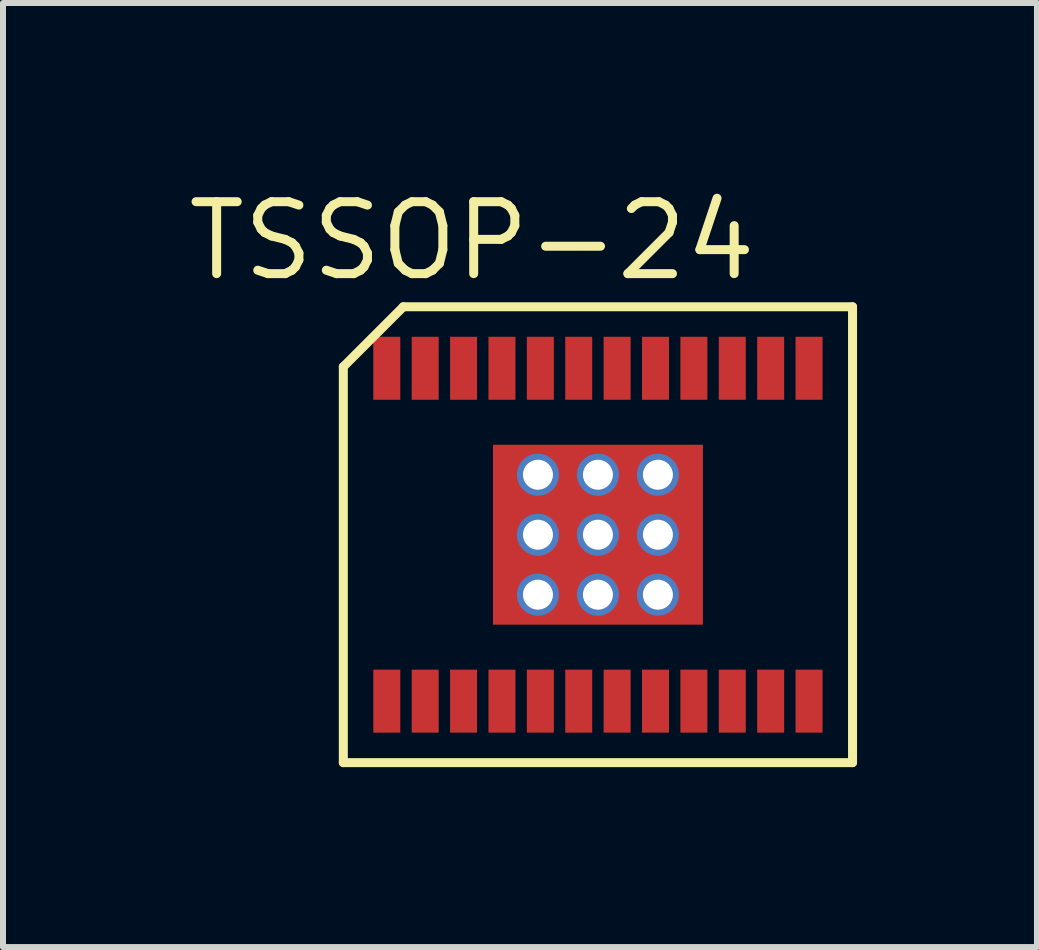
<source format=kicad_pcb>
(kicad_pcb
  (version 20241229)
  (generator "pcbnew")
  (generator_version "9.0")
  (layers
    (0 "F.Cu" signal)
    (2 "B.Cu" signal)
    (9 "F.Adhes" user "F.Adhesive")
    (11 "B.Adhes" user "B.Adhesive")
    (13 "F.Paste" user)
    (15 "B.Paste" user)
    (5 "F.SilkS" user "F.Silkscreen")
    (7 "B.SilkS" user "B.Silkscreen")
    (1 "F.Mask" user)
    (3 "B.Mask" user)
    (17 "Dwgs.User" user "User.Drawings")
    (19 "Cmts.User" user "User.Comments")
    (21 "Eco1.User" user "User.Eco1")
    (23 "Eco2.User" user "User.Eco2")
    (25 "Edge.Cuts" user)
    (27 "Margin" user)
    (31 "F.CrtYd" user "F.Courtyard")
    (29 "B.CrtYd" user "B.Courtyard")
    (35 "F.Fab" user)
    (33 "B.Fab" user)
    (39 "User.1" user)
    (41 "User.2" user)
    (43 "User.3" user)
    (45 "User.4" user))
  (footprint "TSSOP-24"
    (layer "F.Cu")
    (at 6.919 5.865)
    (property "Reference" "TSSOP-24" (at -2.1 -4.9 0) (layer "F.SilkS") (effects (font (size 1.2 1.2) (thickness 0.15))))
    (attr through_hole)
    (fp_line (start -4.245 -2.8) (end -4.245 3.8) (stroke (width 0.15) (type solid)) (layer "F.SilkS"))
    (fp_line (start -4.245 3.8) (end 4.245 3.8) (stroke (width 0.15) (type solid)) (layer "F.SilkS"))
    (fp_line (start -3.245 -3.8) (end -4.245 -2.8) (stroke (width 0.15) (type solid)) (layer "F.SilkS"))
    (fp_line (start 4.245 -3.8) (end -3.245 -3.8) (stroke (width 0.15) (type solid)) (layer "F.SilkS"))
    (fp_line (start 4.245 3.8) (end 4.245 -3.8) (stroke (width 0.15) (type solid)) (layer "F.SilkS"))
    (pad "1" smd rect (at -3.52 2.775) (size 0.45 1.05) (layers "F.Cu" "F.Mask" "F.Paste"))
    (pad "2" smd rect (at -2.88 2.775) (size 0.45 1.05) (layers "F.Cu" "F.Mask" "F.Paste"))
    (pad "3" smd rect (at -2.24 2.775) (size 0.45 1.05) (layers "F.Cu" "F.Mask" "F.Paste"))
    (pad "4" smd rect (at -1.6 2.775) (size 0.45 1.05) (layers "F.Cu" "F.Mask" "F.Paste"))
    (pad "5" smd rect (at -0.96 2.775) (size 0.45 1.05) (layers "F.Cu" "F.Mask" "F.Paste"))
    (pad "6" smd rect (at -0.32 2.775) (size 0.45 1.05) (layers "F.Cu" "F.Mask" "F.Paste"))
    (pad "7" smd rect (at 0.32 2.775) (size 0.45 1.05) (layers "F.Cu" "F.Mask" "F.Paste"))
    (pad "8" smd rect (at 0.96 2.775) (size 0.45 1.05) (layers "F.Cu" "F.Mask" "F.Paste"))
    (pad "9" smd rect (at 1.6 2.775) (size 0.45 1.05) (layers "F.Cu" "F.Mask" "F.Paste"))
    (pad "10" smd rect (at 2.24 2.775) (size 0.45 1.05) (layers "F.Cu" "F.Mask" "F.Paste"))
    (pad "11" smd rect (at 2.88 2.775) (size 0.45 1.05) (layers "F.Cu" "F.Mask" "F.Paste"))
    (pad "12" smd rect (at 3.52 2.775) (size 0.45 1.05) (layers "F.Cu" "F.Mask" "F.Paste"))
    (pad "13" smd rect (at 3.52 -2.775) (size 0.45 1.05) (layers "F.Cu" "F.Mask" "F.Paste"))
    (pad "14" smd rect (at 2.88 -2.775) (size 0.45 1.05) (layers "F.Cu" "F.Mask" "F.Paste"))
    (pad "15" smd rect (at 2.24 -2.775) (size 0.45 1.05) (layers "F.Cu" "F.Mask" "F.Paste"))
    (pad "16" smd rect (at 1.6 -2.775) (size 0.45 1.05) (layers "F.Cu" "F.Mask" "F.Paste"))
    (pad "17" smd rect (at 0.96 -2.775) (size 0.45 1.05) (layers "F.Cu" "F.Mask" "F.Paste"))
    (pad "18" smd rect (at 0.32 -2.775) (size 0.45 1.05) (layers "F.Cu" "F.Mask" "F.Paste"))
    (pad "19" smd rect (at -0.32 -2.775) (size 0.45 1.05) (layers "F.Cu" "F.Mask" "F.Paste"))
    (pad "20" smd rect (at -0.96 -2.775) (size 0.45 1.05) (layers "F.Cu" "F.Mask" "F.Paste"))
    (pad "21" smd rect (at -1.6 -2.775) (size 0.45 1.05) (layers "F.Cu" "F.Mask" "F.Paste"))
    (pad "22" smd rect (at -2.24 -2.775) (size 0.45 1.05) (layers "F.Cu" "F.Mask" "F.Paste"))
    (pad "23" smd rect (at -2.88 -2.775) (size 0.45 1.05) (layers "F.Cu" "F.Mask" "F.Paste"))
    (pad "24" smd rect (at -3.52 -2.775) (size 0.45 1.05) (layers "F.Cu" "F.Mask" "F.Paste"))
    (pad "25" thru_hole circle (at -1 -1) (size 0.7 0.7) (drill 0.5) (layers "*.Cu" "*.Mask"))
    (pad "25" thru_hole circle (at -1 0) (size 0.7 0.7) (drill 0.5) (layers "*.Cu" "*.Mask"))
    (pad "25" thru_hole circle (at -1 1) (size 0.7 0.7) (drill 0.5) (layers "*.Cu" "*.Mask"))
    (pad "25" thru_hole circle (at 0 -1) (size 0.7 0.7) (drill 0.5) (layers "*.Cu" "*.Mask"))
    (pad "25" thru_hole circle (at 0 0) (size 0.7 0.7) (drill 0.5) (layers "*.Cu" "*.Mask"))
    (pad "25" smd rect (at 0 0) (size 3.5 3) (layers "F.Cu" "F.Mask" "F.Paste"))
    (pad "25" thru_hole circle (at 0 1) (size 0.7 0.7) (drill 0.5) (layers "*.Cu" "*.Mask"))
    (pad "25" thru_hole circle (at 1 -1) (size 0.7 0.7) (drill 0.5) (layers "*.Cu" "*.Mask"))
    (pad "25" thru_hole circle (at 1 0) (size 0.7 0.7) (drill 0.5) (layers "*.Cu" "*.Mask"))
    (pad "25" thru_hole circle (at 1 1) (size 0.7 0.7) (drill 0.5) (layers "*.Cu" "*.Mask")))
  (gr_rect
    (start -3 -3)
    (end 14.239 12.74)
    (stroke (width 0.1) (type default))
    (fill no)
    (layer "Edge.Cuts")))
</source>
